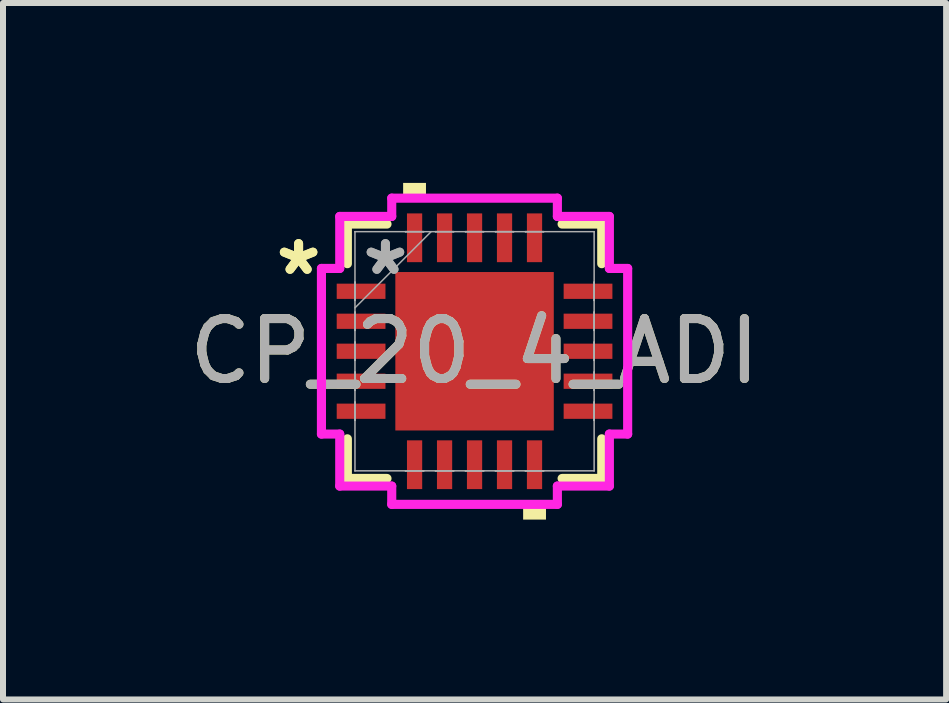
<source format=kicad_pcb>
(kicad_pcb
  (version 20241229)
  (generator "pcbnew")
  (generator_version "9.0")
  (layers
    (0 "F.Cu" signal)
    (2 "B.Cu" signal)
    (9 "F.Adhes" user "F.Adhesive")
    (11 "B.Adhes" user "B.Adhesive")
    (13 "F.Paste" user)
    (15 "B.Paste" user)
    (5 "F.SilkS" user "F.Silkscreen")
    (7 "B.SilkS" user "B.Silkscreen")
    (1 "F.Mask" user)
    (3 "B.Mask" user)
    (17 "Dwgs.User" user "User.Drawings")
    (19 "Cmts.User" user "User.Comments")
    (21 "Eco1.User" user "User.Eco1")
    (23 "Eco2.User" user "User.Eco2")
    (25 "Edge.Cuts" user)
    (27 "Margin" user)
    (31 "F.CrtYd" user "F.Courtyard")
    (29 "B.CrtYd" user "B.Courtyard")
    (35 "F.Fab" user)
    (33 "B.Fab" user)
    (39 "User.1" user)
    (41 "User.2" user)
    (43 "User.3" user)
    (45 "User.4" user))
  (footprint "CP_20_4_ADI"
    (layer "F.Cu")
    (at 4.863 2.807)
    (property "Reference" "CP_20_4_ADI" (at 0 0 0) (unlocked yes) (layer "F.SilkS") (effects (font (size 1 1) (thickness 0.15))))
    (attr smd)
    (fp_line (start -2.121 -2.121) (end -2.121 -1.46) (stroke (width 0.152) (type solid)) (layer "F.SilkS"))
    (fp_line (start -2.121 1.46) (end -2.121 2.121) (stroke (width 0.152) (type solid)) (layer "F.SilkS"))
    (fp_line (start -2.121 2.121) (end -1.46 2.121) (stroke (width 0.152) (type solid)) (layer "F.SilkS"))
    (fp_line (start -1.46 -2.121) (end -2.121 -2.121) (stroke (width 0.152) (type solid)) (layer "F.SilkS"))
    (fp_line (start 1.46 2.121) (end 2.121 2.121) (stroke (width 0.152) (type solid)) (layer "F.SilkS"))
    (fp_line (start 2.121 -2.121) (end 1.46 -2.121) (stroke (width 0.152) (type solid)) (layer "F.SilkS"))
    (fp_line (start 2.121 -1.46) (end 2.121 -2.121) (stroke (width 0.152) (type solid)) (layer "F.SilkS"))
    (fp_line (start 2.121 2.121) (end 2.121 1.46) (stroke (width 0.152) (type solid)) (layer "F.SilkS"))
    (fp_poly (pts (xy -1.191 -2.553) (xy -1.191 -2.807) (xy -0.81 -2.807) (xy -0.81 -2.553)) (stroke (width 0) (type solid)) (fill yes) (layer "F.SilkS"))
    (fp_poly (pts (xy 0.81 2.553) (xy 0.81 2.807) (xy 1.191 2.807) (xy 1.191 2.553)) (stroke (width 0) (type solid)) (fill yes) (layer "F.SilkS"))
    (fp_poly (pts (xy -1.221 -1.221) (xy -1.221 -0.1) (xy -0.1 -0.1) (xy -0.1 -1.221)) (stroke (width 0) (type solid)) (fill yes) (layer "F.Paste"))
    (fp_poly (pts (xy -1.221 0.1) (xy -1.221 1.221) (xy -0.1 1.221) (xy -0.1 0.1)) (stroke (width 0) (type solid)) (fill yes) (layer "F.Paste"))
    (fp_poly (pts (xy 0.1 -1.221) (xy 0.1 -0.1) (xy 1.221 -0.1) (xy 1.221 -1.221)) (stroke (width 0) (type solid)) (fill yes) (layer "F.Paste"))
    (fp_poly (pts (xy 0.1 0.1) (xy 0.1 1.221) (xy 1.221 1.221) (xy 1.221 0.1)) (stroke (width 0) (type solid)) (fill yes) (layer "F.Paste"))
    (fp_line (start -2.553 -1.381) (end -2.248 -1.381) (stroke (width 0.152) (type solid)) (layer "F.CrtYd"))
    (fp_line (start -2.553 1.381) (end -2.553 -1.381) (stroke (width 0.152) (type solid)) (layer "F.CrtYd"))
    (fp_line (start -2.248 -2.248) (end -1.381 -2.248) (stroke (width 0.152) (type solid)) (layer "F.CrtYd"))
    (fp_line (start -2.248 -1.381) (end -2.248 -2.248) (stroke (width 0.152) (type solid)) (layer "F.CrtYd"))
    (fp_line (start -2.248 1.381) (end -2.553 1.381) (stroke (width 0.152) (type solid)) (layer "F.CrtYd"))
    (fp_line (start -2.248 2.248) (end -2.248 1.381) (stroke (width 0.152) (type solid)) (layer "F.CrtYd"))
    (fp_line (start -1.381 -2.553) (end 1.381 -2.553) (stroke (width 0.152) (type solid)) (layer "F.CrtYd"))
    (fp_line (start -1.381 -2.248) (end -1.381 -2.553) (stroke (width 0.152) (type solid)) (layer "F.CrtYd"))
    (fp_line (start -1.381 2.248) (end -2.248 2.248) (stroke (width 0.152) (type solid)) (layer "F.CrtYd"))
    (fp_line (start -1.381 2.553) (end -1.381 2.248) (stroke (width 0.152) (type solid)) (layer "F.CrtYd"))
    (fp_line (start 1.381 -2.553) (end 1.381 -2.248) (stroke (width 0.152) (type solid)) (layer "F.CrtYd"))
    (fp_line (start 1.381 -2.248) (end 2.248 -2.248) (stroke (width 0.152) (type solid)) (layer "F.CrtYd"))
    (fp_line (start 1.381 2.248) (end 1.381 2.553) (stroke (width 0.152) (type solid)) (layer "F.CrtYd"))
    (fp_line (start 1.381 2.553) (end -1.381 2.553) (stroke (width 0.152) (type solid)) (layer "F.CrtYd"))
    (fp_line (start 2.248 -2.248) (end 2.248 -1.381) (stroke (width 0.152) (type solid)) (layer "F.CrtYd"))
    (fp_line (start 2.248 -1.381) (end 2.553 -1.381) (stroke (width 0.152) (type solid)) (layer "F.CrtYd"))
    (fp_line (start 2.248 1.381) (end 2.248 2.248) (stroke (width 0.152) (type solid)) (layer "F.CrtYd"))
    (fp_line (start 2.248 2.248) (end 1.381 2.248) (stroke (width 0.152) (type solid)) (layer "F.CrtYd"))
    (fp_line (start 2.553 -1.381) (end 2.553 1.381) (stroke (width 0.152) (type solid)) (layer "F.CrtYd"))
    (fp_line (start 2.553 1.381) (end 2.248 1.381) (stroke (width 0.152) (type solid)) (layer "F.CrtYd"))
    (fp_line (start -1.994 -1.994) (end -1.994 -1.994) (stroke (width 0.025) (type solid)) (layer "F.Fab"))
    (fp_line (start -1.994 -1.994) (end -1.994 1.994) (stroke (width 0.025) (type solid)) (layer "F.Fab"))
    (fp_line (start -1.994 -1.152) (end -1.994 -1.152) (stroke (width 0.025) (type solid)) (layer "F.Fab"))
    (fp_line (start -1.994 -1.152) (end -1.994 -0.848) (stroke (width 0.025) (type solid)) (layer "F.Fab"))
    (fp_line (start -1.994 -0.848) (end -1.994 -1.152) (stroke (width 0.025) (type solid)) (layer "F.Fab"))
    (fp_line (start -1.994 -0.848) (end -1.994 -0.848) (stroke (width 0.025) (type solid)) (layer "F.Fab"))
    (fp_line (start -1.994 -0.724) (end -0.724 -1.994) (stroke (width 0.025) (type solid)) (layer "F.Fab"))
    (fp_line (start -1.994 -0.652) (end -1.994 -0.652) (stroke (width 0.025) (type solid)) (layer "F.Fab"))
    (fp_line (start -1.994 -0.652) (end -1.994 -0.348) (stroke (width 0.025) (type solid)) (layer "F.Fab"))
    (fp_line (start -1.994 -0.348) (end -1.994 -0.652) (stroke (width 0.025) (type solid)) (layer "F.Fab"))
    (fp_line (start -1.994 -0.348) (end -1.994 -0.348) (stroke (width 0.025) (type solid)) (layer "F.Fab"))
    (fp_line (start -1.994 -0.152) (end -1.994 -0.152) (stroke (width 0.025) (type solid)) (layer "F.Fab"))
    (fp_line (start -1.994 -0.152) (end -1.994 0.152) (stroke (width 0.025) (type solid)) (layer "F.Fab"))
    (fp_line (start -1.994 0.152) (end -1.994 -0.152) (stroke (width 0.025) (type solid)) (layer "F.Fab"))
    (fp_line (start -1.994 0.152) (end -1.994 0.152) (stroke (width 0.025) (type solid)) (layer "F.Fab"))
    (fp_line (start -1.994 0.348) (end -1.994 0.348) (stroke (width 0.025) (type solid)) (layer "F.Fab"))
    (fp_line (start -1.994 0.348) (end -1.994 0.652) (stroke (width 0.025) (type solid)) (layer "F.Fab"))
    (fp_line (start -1.994 0.652) (end -1.994 0.348) (stroke (width 0.025) (type solid)) (layer "F.Fab"))
    (fp_line (start -1.994 0.652) (end -1.994 0.652) (stroke (width 0.025) (type solid)) (layer "F.Fab"))
    (fp_line (start -1.994 0.848) (end -1.994 0.848) (stroke (width 0.025) (type solid)) (layer "F.Fab"))
    (fp_line (start -1.994 0.848) (end -1.994 1.152) (stroke (width 0.025) (type solid)) (layer "F.Fab"))
    (fp_line (start -1.994 1.152) (end -1.994 0.848) (stroke (width 0.025) (type solid)) (layer "F.Fab"))
    (fp_line (start -1.994 1.152) (end -1.994 1.152) (stroke (width 0.025) (type solid)) (layer "F.Fab"))
    (fp_line (start -1.994 1.994) (end -1.994 1.994) (stroke (width 0.025) (type solid)) (layer "F.Fab"))
    (fp_line (start -1.994 1.994) (end 1.994 1.994) (stroke (width 0.025) (type solid)) (layer "F.Fab"))
    (fp_line (start -1.152 -1.994) (end -1.152 -1.994) (stroke (width 0.025) (type solid)) (layer "F.Fab"))
    (fp_line (start -1.152 -1.994) (end -0.848 -1.994) (stroke (width 0.025) (type solid)) (layer "F.Fab"))
    (fp_line (start -1.152 1.994) (end -1.152 1.994) (stroke (width 0.025) (type solid)) (layer "F.Fab"))
    (fp_line (start -1.152 1.994) (end -0.848 1.994) (stroke (width 0.025) (type solid)) (layer "F.Fab"))
    (fp_line (start -0.848 -1.994) (end -1.152 -1.994) (stroke (width 0.025) (type solid)) (layer "F.Fab"))
    (fp_line (start -0.848 -1.994) (end -0.848 -1.994) (stroke (width 0.025) (type solid)) (layer "F.Fab"))
    (fp_line (start -0.848 1.994) (end -1.152 1.994) (stroke (width 0.025) (type solid)) (layer "F.Fab"))
    (fp_line (start -0.848 1.994) (end -0.848 1.994) (stroke (width 0.025) (type solid)) (layer "F.Fab"))
    (fp_line (start -0.652 -1.994) (end -0.652 -1.994) (stroke (width 0.025) (type solid)) (layer "F.Fab"))
    (fp_line (start -0.652 -1.994) (end -0.348 -1.994) (stroke (width 0.025) (type solid)) (layer "F.Fab"))
    (fp_line (start -0.652 1.994) (end -0.652 1.994) (stroke (width 0.025) (type solid)) (layer "F.Fab"))
    (fp_line (start -0.652 1.994) (end -0.348 1.994) (stroke (width 0.025) (type solid)) (layer "F.Fab"))
    (fp_line (start -0.348 -1.994) (end -0.652 -1.994) (stroke (width 0.025) (type solid)) (layer "F.Fab"))
    (fp_line (start -0.348 -1.994) (end -0.348 -1.994) (stroke (width 0.025) (type solid)) (layer "F.Fab"))
    (fp_line (start -0.348 1.994) (end -0.652 1.994) (stroke (width 0.025) (type solid)) (layer "F.Fab"))
    (fp_line (start -0.348 1.994) (end -0.348 1.994) (stroke (width 0.025) (type solid)) (layer "F.Fab"))
    (fp_line (start -0.152 -1.994) (end -0.152 -1.994) (stroke (width 0.025) (type solid)) (layer "F.Fab"))
    (fp_line (start -0.152 -1.994) (end 0.152 -1.994) (stroke (width 0.025) (type solid)) (layer "F.Fab"))
    (fp_line (start -0.152 1.994) (end -0.152 1.994) (stroke (width 0.025) (type solid)) (layer "F.Fab"))
    (fp_line (start -0.152 1.994) (end 0.152 1.994) (stroke (width 0.025) (type solid)) (layer "F.Fab"))
    (fp_line (start 0.152 -1.994) (end -0.152 -1.994) (stroke (width 0.025) (type solid)) (layer "F.Fab"))
    (fp_line (start 0.152 -1.994) (end 0.152 -1.994) (stroke (width 0.025) (type solid)) (layer "F.Fab"))
    (fp_line (start 0.152 1.994) (end -0.152 1.994) (stroke (width 0.025) (type solid)) (layer "F.Fab"))
    (fp_line (start 0.152 1.994) (end 0.152 1.994) (stroke (width 0.025) (type solid)) (layer "F.Fab"))
    (fp_line (start 0.348 -1.994) (end 0.348 -1.994) (stroke (width 0.025) (type solid)) (layer "F.Fab"))
    (fp_line (start 0.348 -1.994) (end 0.652 -1.994) (stroke (width 0.025) (type solid)) (layer "F.Fab"))
    (fp_line (start 0.348 1.994) (end 0.348 1.994) (stroke (width 0.025) (type solid)) (layer "F.Fab"))
    (fp_line (start 0.348 1.994) (end 0.652 1.994) (stroke (width 0.025) (type solid)) (layer "F.Fab"))
    (fp_line (start 0.652 -1.994) (end 0.348 -1.994) (stroke (width 0.025) (type solid)) (layer "F.Fab"))
    (fp_line (start 0.652 -1.994) (end 0.652 -1.994) (stroke (width 0.025) (type solid)) (layer "F.Fab"))
    (fp_line (start 0.652 1.994) (end 0.348 1.994) (stroke (width 0.025) (type solid)) (layer "F.Fab"))
    (fp_line (start 0.652 1.994) (end 0.652 1.994) (stroke (width 0.025) (type solid)) (layer "F.Fab"))
    (fp_line (start 0.848 -1.994) (end 0.848 -1.994) (stroke (width 0.025) (type solid)) (layer "F.Fab"))
    (fp_line (start 0.848 -1.994) (end 1.152 -1.994) (stroke (width 0.025) (type solid)) (layer "F.Fab"))
    (fp_line (start 0.848 1.994) (end 0.848 1.994) (stroke (width 0.025) (type solid)) (layer "F.Fab"))
    (fp_line (start 0.848 1.994) (end 1.152 1.994) (stroke (width 0.025) (type solid)) (layer "F.Fab"))
    (fp_line (start 1.152 -1.994) (end 0.848 -1.994) (stroke (width 0.025) (type solid)) (layer "F.Fab"))
    (fp_line (start 1.152 -1.994) (end 1.152 -1.994) (stroke (width 0.025) (type solid)) (layer "F.Fab"))
    (fp_line (start 1.152 1.994) (end 0.848 1.994) (stroke (width 0.025) (type solid)) (layer "F.Fab"))
    (fp_line (start 1.152 1.994) (end 1.152 1.994) (stroke (width 0.025) (type solid)) (layer "F.Fab"))
    (fp_line (start 1.994 -1.994) (end -1.994 -1.994) (stroke (width 0.025) (type solid)) (layer "F.Fab"))
    (fp_line (start 1.994 -1.994) (end 1.994 -1.994) (stroke (width 0.025) (type solid)) (layer "F.Fab"))
    (fp_line (start 1.994 -1.152) (end 1.994 -1.152) (stroke (width 0.025) (type solid)) (layer "F.Fab"))
    (fp_line (start 1.994 -1.152) (end 1.994 -0.848) (stroke (width 0.025) (type solid)) (layer "F.Fab"))
    (fp_line (start 1.994 -0.848) (end 1.994 -1.152) (stroke (width 0.025) (type solid)) (layer "F.Fab"))
    (fp_line (start 1.994 -0.848) (end 1.994 -0.848) (stroke (width 0.025) (type solid)) (layer "F.Fab"))
    (fp_line (start 1.994 -0.652) (end 1.994 -0.652) (stroke (width 0.025) (type solid)) (layer "F.Fab"))
    (fp_line (start 1.994 -0.652) (end 1.994 -0.348) (stroke (width 0.025) (type solid)) (layer "F.Fab"))
    (fp_line (start 1.994 -0.348) (end 1.994 -0.652) (stroke (width 0.025) (type solid)) (layer "F.Fab"))
    (fp_line (start 1.994 -0.348) (end 1.994 -0.348) (stroke (width 0.025) (type solid)) (layer "F.Fab"))
    (fp_line (start 1.994 -0.152) (end 1.994 -0.152) (stroke (width 0.025) (type solid)) (layer "F.Fab"))
    (fp_line (start 1.994 -0.152) (end 1.994 0.152) (stroke (width 0.025) (type solid)) (layer "F.Fab"))
    (fp_line (start 1.994 0.152) (end 1.994 -0.152) (stroke (width 0.025) (type solid)) (layer "F.Fab"))
    (fp_line (start 1.994 0.152) (end 1.994 0.152) (stroke (width 0.025) (type solid)) (layer "F.Fab"))
    (fp_line (start 1.994 0.348) (end 1.994 0.348) (stroke (width 0.025) (type solid)) (layer "F.Fab"))
    (fp_line (start 1.994 0.348) (end 1.994 0.652) (stroke (width 0.025) (type solid)) (layer "F.Fab"))
    (fp_line (start 1.994 0.652) (end 1.994 0.348) (stroke (width 0.025) (type solid)) (layer "F.Fab"))
    (fp_line (start 1.994 0.652) (end 1.994 0.652) (stroke (width 0.025) (type solid)) (layer "F.Fab"))
    (fp_line (start 1.994 0.848) (end 1.994 0.848) (stroke (width 0.025) (type solid)) (layer "F.Fab"))
    (fp_line (start 1.994 0.848) (end 1.994 1.152) (stroke (width 0.025) (type solid)) (layer "F.Fab"))
    (fp_line (start 1.994 1.152) (end 1.994 0.848) (stroke (width 0.025) (type solid)) (layer "F.Fab"))
    (fp_line (start 1.994 1.152) (end 1.994 1.152) (stroke (width 0.025) (type solid)) (layer "F.Fab"))
    (fp_line (start 1.994 1.994) (end 1.994 -1.994) (stroke (width 0.025) (type solid)) (layer "F.Fab"))
    (fp_line (start 1.994 1.994) (end 1.994 1.994) (stroke (width 0.025) (type solid)) (layer "F.Fab"))
    (fp_text user "*" (at -2.934 -1.25 0) (layer "F.SilkS") (effects (font (size 1 1) (thickness 0.15))))
    (fp_text user "*" (at -2.934 -1.25 0) (unlocked yes) (layer "F.SilkS") (effects (font (size 1 1) (thickness 0.15))))
    (fp_text user "*" (at -1.486 -1.25 0) (layer "F.Fab") (effects (font (size 1 1) (thickness 0.15))))
    (fp_text user "*" (at -1.486 -1.25 0) (unlocked yes) (layer "F.Fab") (effects (font (size 1 1) (thickness 0.15))))
    (fp_text user "${REFERENCE}" (at 0 0 0) (unlocked yes) (layer "F.Fab") (effects (font (size 1 1) (thickness 0.15))))
    (pad "1" smd rect (at -1.892 -1 90) (size 0.254 0.813) (layers "F.Cu" "F.Mask" "F.Paste"))
    (pad "2" smd rect (at -1.892 -0.5 90) (size 0.254 0.813) (layers "F.Cu" "F.Mask" "F.Paste"))
    (pad "3" smd rect (at -1.892 0 90) (size 0.254 0.813) (layers "F.Cu" "F.Mask" "F.Paste"))
    (pad "4" smd rect (at -1.892 0.5 90) (size 0.254 0.813) (layers "F.Cu" "F.Mask" "F.Paste"))
    (pad "5" smd rect (at -1.892 1 90) (size 0.254 0.813) (layers "F.Cu" "F.Mask" "F.Paste"))
    (pad "6" smd rect (at -1 1.892) (size 0.254 0.813) (layers "F.Cu" "F.Mask" "F.Paste"))
    (pad "7" smd rect (at -0.5 1.892) (size 0.254 0.813) (layers "F.Cu" "F.Mask" "F.Paste"))
    (pad "8" smd rect (at 0 1.892) (size 0.254 0.813) (layers "F.Cu" "F.Mask" "F.Paste"))
    (pad "9" smd rect (at 0.5 1.892) (size 0.254 0.813) (layers "F.Cu" "F.Mask" "F.Paste"))
    (pad "10" smd rect (at 1 1.892) (size 0.254 0.813) (layers "F.Cu" "F.Mask" "F.Paste"))
    (pad "11" smd rect (at 1.892 1 90) (size 0.254 0.813) (layers "F.Cu" "F.Mask" "F.Paste"))
    (pad "12" smd rect (at 1.892 0.5 90) (size 0.254 0.813) (layers "F.Cu" "F.Mask" "F.Paste"))
    (pad "13" smd rect (at 1.892 0 90) (size 0.254 0.813) (layers "F.Cu" "F.Mask" "F.Paste"))
    (pad "14" smd rect (at 1.892 -0.5 90) (size 0.254 0.813) (layers "F.Cu" "F.Mask" "F.Paste"))
    (pad "15" smd rect (at 1.892 -1 90) (size 0.254 0.813) (layers "F.Cu" "F.Mask" "F.Paste"))
    (pad "16" smd rect (at 1 -1.892) (size 0.254 0.813) (layers "F.Cu" "F.Mask" "F.Paste"))
    (pad "17" smd rect (at 0.5 -1.892) (size 0.254 0.813) (layers "F.Cu" "F.Mask" "F.Paste"))
    (pad "18" smd rect (at 0 -1.892) (size 0.254 0.813) (layers "F.Cu" "F.Mask" "F.Paste"))
    (pad "19" smd rect (at -0.5 -1.892) (size 0.254 0.813) (layers "F.Cu" "F.Mask" "F.Paste"))
    (pad "20" smd rect (at -1 -1.892) (size 0.254 0.813) (layers "F.Cu" "F.Mask" "F.Paste"))
    (pad "21" smd rect (at 0 0) (size 2.642 2.642) (layers "F.Cu" "F.Mask" "F.Paste")))
  (gr_rect
    (start -3 -3)
    (end 12.726 8.613)
    (stroke (width 0.1) (type default))
    (fill no)
    (layer "Edge.Cuts")))
</source>
